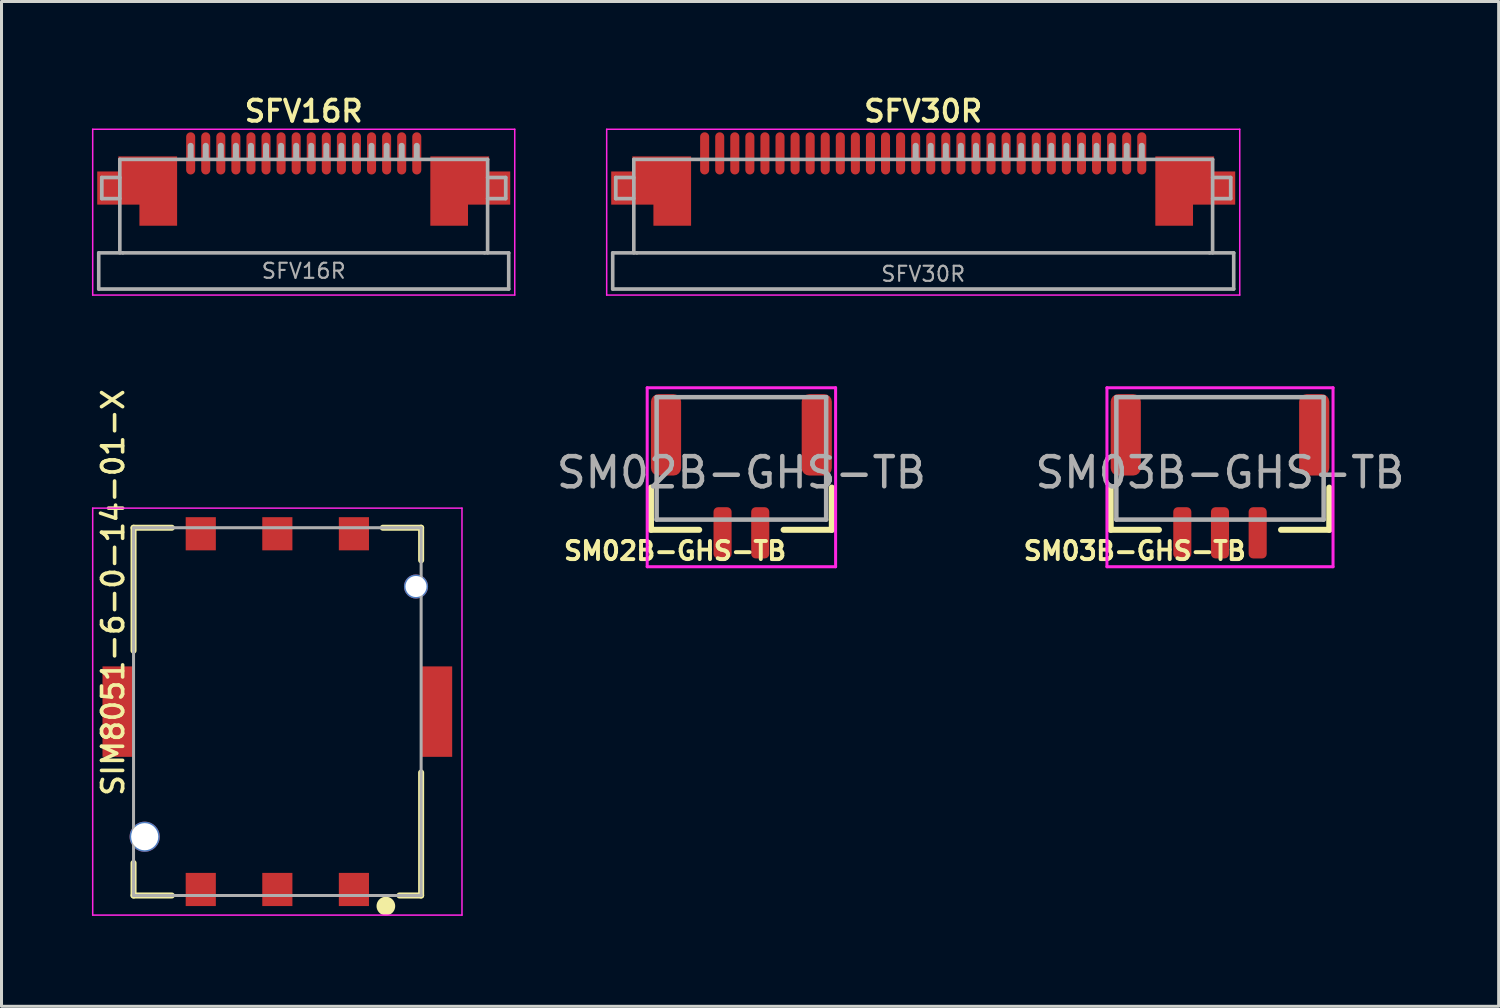
<source format=kicad_pcb>
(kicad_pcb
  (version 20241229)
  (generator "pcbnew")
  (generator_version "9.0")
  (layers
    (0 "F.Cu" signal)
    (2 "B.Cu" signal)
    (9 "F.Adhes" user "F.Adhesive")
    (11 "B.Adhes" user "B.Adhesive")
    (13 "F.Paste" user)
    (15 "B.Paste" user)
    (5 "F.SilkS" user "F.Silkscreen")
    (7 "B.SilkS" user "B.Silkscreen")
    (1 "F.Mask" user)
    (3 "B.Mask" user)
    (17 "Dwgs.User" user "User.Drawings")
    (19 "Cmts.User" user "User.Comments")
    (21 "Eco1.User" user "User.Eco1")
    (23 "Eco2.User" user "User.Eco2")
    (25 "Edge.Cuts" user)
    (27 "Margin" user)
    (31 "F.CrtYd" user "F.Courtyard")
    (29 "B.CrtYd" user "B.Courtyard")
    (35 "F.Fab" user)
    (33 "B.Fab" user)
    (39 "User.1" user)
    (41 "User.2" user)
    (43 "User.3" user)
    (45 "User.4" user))
  (footprint "SM02B-GHS-TB"
    (layer "F.Cu")
    (at 21.544 12.625)
    (property "Reference" "SM02B-GHS-TB" (at -2.2 2.6 0) (layer "F.SilkS") (effects (font (size 0.6 0.6) (thickness 0.13))))
    (property "Value" "${VALUE}" (at 0 -2.812 0) (layer "F.Fab") (hide yes) (effects (font (size 0.5 0.5) (thickness 0.07))))
    (attr through_hole)
    (fp_line (start -3 0.5) (end -3 1.9) (stroke (width 0.2) (type solid)) (layer "F.SilkS"))
    (fp_line (start -3 1.9) (end -1.4 1.9) (stroke (width 0.2) (type solid)) (layer "F.SilkS"))
    (fp_line (start 3 0.5) (end 3 1.9) (stroke (width 0.2) (type solid)) (layer "F.SilkS"))
    (fp_line (start 3 1.9) (end 1.4 1.9) (stroke (width 0.2) (type solid)) (layer "F.SilkS"))
    (fp_line (start -3.125 -2.812) (end -3.125 3.125) (stroke (width 0.1) (type solid)) (layer "F.CrtYd"))
    (fp_line (start -3.125 3.125) (end 3.125 3.125) (stroke (width 0.1) (type solid)) (layer "F.CrtYd"))
    (fp_line (start 3.125 -2.812) (end -3.125 -2.812) (stroke (width 0.1) (type solid)) (layer "F.CrtYd"))
    (fp_line (start 3.125 3.125) (end 3.125 -2.812) (stroke (width 0.1) (type solid)) (layer "F.CrtYd"))
    (fp_line (start -2.812 -2.5) (end -2.812 1.562) (stroke (width 0.15) (type solid)) (layer "F.Fab"))
    (fp_line (start -2.812 1.562) (end 2.812 1.562) (stroke (width 0.15) (type solid)) (layer "F.Fab"))
    (fp_line (start 2.812 -2.5) (end -2.812 -2.5) (stroke (width 0.15) (type solid)) (layer "F.Fab"))
    (fp_line (start 2.812 1.562) (end 2.812 -2.5) (stroke (width 0.15) (type solid)) (layer "F.Fab"))
    (fp_text user "${REFERENCE}" (at 0 0 0) (layer "F.Fab") (effects (font (size 1 1) (thickness 0.15))))
    (pad "0" smd roundrect (at -2.5 -1.25 90) (size 2.7 1) (layers "F.Cu" "F.Mask" "F.Paste") (roundrect_rratio 0.25))
    (pad "0" smd roundrect (at 2.5 -1.25 90) (size 2.7 1) (layers "F.Cu" "F.Mask" "F.Paste") (roundrect_rratio 0.25))
    (pad "1" smd roundrect (at 0.625 2 90) (size 1.7 0.6) (layers "F.Cu" "F.Mask" "F.Paste") (roundrect_rratio 0.25))
    (pad "2" smd roundrect (at -0.625 2 90) (size 1.7 0.6) (layers "F.Cu" "F.Mask" "F.Paste") (roundrect_rratio 0.25)))
  (footprint "SM03B-GHS-TB"
    (layer "F.Cu")
    (at 37.42 12.625)
    (property "Reference" "SM03B-GHS-TB" (at -2.825 2.6 0) (layer "F.SilkS") (effects (font (size 0.6 0.6) (thickness 0.13))))
    (property "Value" "${VALUE}" (at 0 -2.812 0) (layer "F.Fab") (hide yes) (effects (font (size 0.5 0.5) (thickness 0.07))))
    (attr through_hole)
    (fp_line (start -3.625 0.5) (end -3.625 1.9) (stroke (width 0.2) (type solid)) (layer "F.SilkS"))
    (fp_line (start -3.625 1.9) (end -2.025 1.9) (stroke (width 0.2) (type solid)) (layer "F.SilkS"))
    (fp_line (start 3.625 0.5) (end 3.625 1.9) (stroke (width 0.2) (type solid)) (layer "F.SilkS"))
    (fp_line (start 3.625 1.9) (end 2.025 1.9) (stroke (width 0.2) (type solid)) (layer "F.SilkS"))
    (fp_line (start -3.75 -2.812) (end -3.75 3.125) (stroke (width 0.1) (type solid)) (layer "F.CrtYd"))
    (fp_line (start -3.75 3.125) (end 3.75 3.125) (stroke (width 0.1) (type solid)) (layer "F.CrtYd"))
    (fp_line (start 3.75 -2.812) (end -3.75 -2.812) (stroke (width 0.1) (type solid)) (layer "F.CrtYd"))
    (fp_line (start 3.75 3.125) (end 3.75 -2.812) (stroke (width 0.1) (type solid)) (layer "F.CrtYd"))
    (fp_line (start -3.438 -2.5) (end -3.438 1.562) (stroke (width 0.15) (type solid)) (layer "F.Fab"))
    (fp_line (start -3.438 1.562) (end 3.438 1.562) (stroke (width 0.15) (type solid)) (layer "F.Fab"))
    (fp_line (start 3.438 -2.5) (end -3.438 -2.5) (stroke (width 0.15) (type solid)) (layer "F.Fab"))
    (fp_line (start 3.438 1.562) (end 3.438 -2.5) (stroke (width 0.15) (type solid)) (layer "F.Fab"))
    (fp_text user "${REFERENCE}" (at 0 0 0) (layer "F.Fab") (effects (font (size 1 1) (thickness 0.15))))
    (pad "0" smd roundrect (at -3.125 -1.25 90) (size 2.7 1) (layers "F.Cu" "F.Mask" "F.Paste") (roundrect_rratio 0.25))
    (pad "0" smd roundrect (at 3.125 -1.25 90) (size 2.7 1) (layers "F.Cu" "F.Mask" "F.Paste") (roundrect_rratio 0.25))
    (pad "1" smd roundrect (at -1.25 2 90) (size 1.7 0.6) (layers "F.Cu" "F.Mask" "F.Paste") (roundrect_rratio 0.25))
    (pad "2" smd roundrect (at 0 2 90) (size 1.7 0.6) (layers "F.Cu" "F.Mask" "F.Paste") (roundrect_rratio 0.25))
    (pad "3" smd roundrect (at 1.25 2 90) (size 1.7 0.6) (layers "F.Cu" "F.Mask" "F.Paste") (roundrect_rratio 0.25)))
  (footprint "SFV16R"
    (layer "F.Cu")
    (at 7.025 4.538)
    (property "Reference" "SFV16R" (at 0 -3.9 0) (layer "F.SilkS") (effects (font (size 0.7 0.7) (thickness 0.13))))
    (attr through_hole)
    (fp_line (start -7 -3.3) (end -7 2.2) (stroke (width 0.05) (type solid)) (layer "F.CrtYd"))
    (fp_line (start -7 2.2) (end 7 2.2) (stroke (width 0.05) (type solid)) (layer "F.CrtYd"))
    (fp_line (start 7 -3.3) (end -7 -3.3) (stroke (width 0.05) (type solid)) (layer "F.CrtYd"))
    (fp_line (start 7 2.2) (end 7 -3.3) (stroke (width 0.05) (type solid)) (layer "F.CrtYd"))
    (fp_line (start -6.8 2) (end -6.8 0.8) (stroke (width 0.12) (type solid)) (layer "F.Fab"))
    (fp_line (start -6.7 -1.7) (end -6.1 -1.7) (stroke (width 0.12) (type solid)) (layer "F.Fab"))
    (fp_line (start -6.7 -1) (end -6.7 -1.7) (stroke (width 0.12) (type solid)) (layer "F.Fab"))
    (fp_line (start -6.7 -1) (end -6.1 -1) (stroke (width 0.12) (type solid)) (layer "F.Fab"))
    (fp_line (start -6.1 -2.3) (end -6.1 0.8) (stroke (width 0.12) (type solid)) (layer "F.Fab"))
    (fp_line (start -6 0.8) (end -6.8 0.8) (stroke (width 0.12) (type solid)) (layer "F.Fab"))
    (fp_line (start -3.75 -2.35) (end -3.75 -2.75) (stroke (width 0.2) (type solid)) (layer "F.Fab"))
    (fp_line (start -3.25 -2.35) (end -3.25 -2.75) (stroke (width 0.2) (type solid)) (layer "F.Fab"))
    (fp_line (start -2.75 -2.35) (end -2.75 -2.75) (stroke (width 0.2) (type solid)) (layer "F.Fab"))
    (fp_line (start -2.25 -2.35) (end -2.25 -2.75) (stroke (width 0.2) (type solid)) (layer "F.Fab"))
    (fp_line (start -1.75 -2.35) (end -1.75 -2.75) (stroke (width 0.2) (type solid)) (layer "F.Fab"))
    (fp_line (start -1.25 -2.35) (end -1.25 -2.75) (stroke (width 0.2) (type solid)) (layer "F.Fab"))
    (fp_line (start -0.75 -2.35) (end -0.75 -2.75) (stroke (width 0.2) (type solid)) (layer "F.Fab"))
    (fp_line (start -0.25 -2.35) (end -0.25 -2.75) (stroke (width 0.2) (type solid)) (layer "F.Fab"))
    (fp_line (start 0.25 -2.35) (end 0.25 -2.75) (stroke (width 0.2) (type solid)) (layer "F.Fab"))
    (fp_line (start 0.75 -2.35) (end 0.75 -2.75) (stroke (width 0.2) (type solid)) (layer "F.Fab"))
    (fp_line (start 1.25 -2.35) (end 1.25 -2.75) (stroke (width 0.2) (type solid)) (layer "F.Fab"))
    (fp_line (start 1.75 -2.35) (end 1.75 -2.75) (stroke (width 0.2) (type solid)) (layer "F.Fab"))
    (fp_line (start 2.25 -2.35) (end 2.25 -2.75) (stroke (width 0.2) (type solid)) (layer "F.Fab"))
    (fp_line (start 2.75 -2.35) (end 2.75 -2.75) (stroke (width 0.2) (type solid)) (layer "F.Fab"))
    (fp_line (start 3.25 -2.35) (end 3.25 -2.75) (stroke (width 0.2) (type solid)) (layer "F.Fab"))
    (fp_line (start 3.75 -2.35) (end 3.75 -2.75) (stroke (width 0.2) (type solid)) (layer "F.Fab"))
    (fp_line (start 6 0.8) (end -6 0.8) (stroke (width 0.12) (type solid)) (layer "F.Fab"))
    (fp_line (start 6.1 -2.3) (end -6.1 -2.3) (stroke (width 0.12) (type solid)) (layer "F.Fab"))
    (fp_line (start 6.1 -1.7) (end 6.7 -1.7) (stroke (width 0.12) (type solid)) (layer "F.Fab"))
    (fp_line (start 6.1 -1) (end 6.7 -1) (stroke (width 0.12) (type solid)) (layer "F.Fab"))
    (fp_line (start 6.1 0.8) (end 6.1 -2.3) (stroke (width 0.12) (type solid)) (layer "F.Fab"))
    (fp_line (start 6.7 -1) (end 6.7 -1.7) (stroke (width 0.12) (type solid)) (layer "F.Fab"))
    (fp_line (start 6.8 0.8) (end 6 0.8) (stroke (width 0.12) (type solid)) (layer "F.Fab"))
    (fp_line (start 6.8 2) (end -6.8 2) (stroke (width 0.12) (type solid)) (layer "F.Fab"))
    (fp_line (start 6.8 2) (end 6.8 0.8) (stroke (width 0.12) (type solid)) (layer "F.Fab"))
    (fp_poly (pts (xy -6.7 -1.7) (xy -6.1 -1.7) (xy -6.1 -1) (xy -6.7 -1)) (stroke (width 0.1) (type solid)) (fill no) (layer "F.Fab"))
    (fp_poly (pts (xy 6.1 -1.7) (xy 6.7 -1.7) (xy 6.7 -1) (xy 6.1 -1)) (stroke (width 0.1) (type solid)) (fill no) (layer "F.Fab"))
    (fp_text user "${REFERENCE}" (at 0 1.4 0) (layer "F.Fab") (effects (font (size 0.5 0.5) (thickness 0.07))))
    (pad "1" smd oval (at 3.75 -2.5 180) (size 0.3 1.4) (layers "F.Cu" "F.Mask" "F.Paste"))
    (pad "2" smd oval (at 3.25 -2.5 180) (size 0.3 1.4) (layers "F.Cu" "F.Mask" "F.Paste"))
    (pad "3" smd oval (at 2.75 -2.5 180) (size 0.3 1.4) (layers "F.Cu" "F.Mask" "F.Paste"))
    (pad "4" smd oval (at 2.25 -2.5 180) (size 0.3 1.4) (layers "F.Cu" "F.Mask" "F.Paste"))
    (pad "5" smd oval (at 1.75 -2.5 180) (size 0.3 1.4) (layers "F.Cu" "F.Mask" "F.Paste"))
    (pad "6" smd oval (at 1.25 -2.5 180) (size 0.3 1.4) (layers "F.Cu" "F.Mask" "F.Paste"))
    (pad "7" smd oval (at 0.75 -2.5 180) (size 0.3 1.4) (layers "F.Cu" "F.Mask" "F.Paste"))
    (pad "8" smd oval (at 0.25 -2.5 180) (size 0.3 1.4) (layers "F.Cu" "F.Mask" "F.Paste"))
    (pad "9" smd oval (at -0.25 -2.5 180) (size 0.3 1.4) (layers "F.Cu" "F.Mask" "F.Paste"))
    (pad "10" smd oval (at -0.75 -2.5 180) (size 0.3 1.4) (layers "F.Cu" "F.Mask" "F.Paste"))
    (pad "11" smd oval (at -1.25 -2.5 180) (size 0.3 1.4) (layers "F.Cu" "F.Mask" "F.Paste"))
    (pad "12" smd oval (at -1.75 -2.5 180) (size 0.3 1.4) (layers "F.Cu" "F.Mask" "F.Paste"))
    (pad "13" smd oval (at -2.25 -2.5 180) (size 0.3 1.4) (layers "F.Cu" "F.Mask" "F.Paste"))
    (pad "14" smd oval (at -2.75 -2.5 180) (size 0.3 1.4) (layers "F.Cu" "F.Mask" "F.Paste"))
    (pad "15" smd oval (at -3.25 -2.5 180) (size 0.3 1.4) (layers "F.Cu" "F.Mask" "F.Paste"))
    (pad "16" smd oval (at -3.75 -2.5 180) (size 0.3 1.4) (layers "F.Cu" "F.Mask" "F.Paste"))
    (pad "17" smd custom (at -5.85 -1.4) (size 0.5 0.5) (layers "F.Cu" "F.Mask" "F.Paste") (options (anchor rect)) (primitives (gr_poly (pts (xy -1 -0.5) (xy -0.3 -0.5) (xy -0.3 -1) (xy 1.65 -1) (xy 1.65 1.3) (xy 0.4 1.3) (xy 0.4 0.6) (xy -1 0.6)) (width 0) (fill yes))))
    (pad "18" smd custom (at 5.85 -1.4) (size 0.5 0.5) (layers "F.Cu" "F.Mask" "F.Paste") (options (anchor rect)) (primitives (gr_poly (pts (xy 1 -0.5) (xy 0.3 -0.5) (xy 0.3 -1) (xy -1.65 -1) (xy -1.65 1.3) (xy -0.4 1.3) (xy -0.4 0.6) (xy 1 0.6)) (width 0) (fill yes)))))
  (footprint "SIM8051-6-0-14-01-X"
    (layer "F.Cu")
    (at 6.15 20.556)
    (property "Reference" "SIM8051-6-0-14-01-X" (at -5.45 -3.95 90) (layer "F.SilkS") (effects (font (size 0.7 0.7) (thickness 0.12))))
    (attr smd)
    (fp_line (start -4.77 -6.1) (end -3.5 -6.1) (stroke (width 0.2) (type solid)) (layer "F.SilkS"))
    (fp_line (start -4.77 -2.02) (end -4.77 -6.1) (stroke (width 0.2) (type solid)) (layer "F.SilkS"))
    (fp_line (start -4.77 6.1) (end -4.77 5.02) (stroke (width 0.2) (type solid)) (layer "F.SilkS"))
    (fp_line (start -4.77 6.1) (end -3.5 6.1) (stroke (width 0.2) (type solid)) (layer "F.SilkS"))
    (fp_line (start 3.5 -6.1) (end 4.77 -6.1) (stroke (width 0.2) (type solid)) (layer "F.SilkS"))
    (fp_line (start 4.05 6.1) (end 4.77 6.1) (stroke (width 0.2) (type solid)) (layer "F.SilkS"))
    (fp_line (start 4.77 -5.02) (end 4.77 -6.1) (stroke (width 0.2) (type solid)) (layer "F.SilkS"))
    (fp_line (start 4.77 6.1) (end 4.77 2.02) (stroke (width 0.2) (type solid)) (layer "F.SilkS"))
    (fp_circle (center 3.6 6.45) (end 3.85 6.45) (stroke (width 0.12) (type solid)) (fill yes) (layer "F.SilkS"))
    (fp_line (start -6.125 -6.75) (end 6.125 -6.75) (stroke (width 0.05) (type solid)) (layer "F.CrtYd"))
    (fp_line (start -6.125 6.75) (end -6.125 -6.75) (stroke (width 0.05) (type solid)) (layer "F.CrtYd"))
    (fp_line (start -6.125 6.75) (end 6.125 6.75) (stroke (width 0.05) (type solid)) (layer "F.CrtYd"))
    (fp_line (start 6.125 6.75) (end 6.125 -6.75) (stroke (width 0.05) (type solid)) (layer "F.CrtYd"))
    (fp_line (start -4.77 -6.1) (end 4.77 -6.1) (stroke (width 0.1) (type solid)) (layer "F.Fab"))
    (fp_line (start -4.77 6.1) (end -4.77 -6.1) (stroke (width 0.1) (type solid)) (layer "F.Fab"))
    (fp_line (start -4.77 6.1) (end 4.77 6.1) (stroke (width 0.1) (type solid)) (layer "F.Fab"))
    (fp_line (start 4.77 6.1) (end 4.77 -6.1) (stroke (width 0.1) (type solid)) (layer "F.Fab"))
    (pad "" np_thru_hole circle (at -4.4 4.15) (size 1 1) (drill 0.9) (layers "*.Cu" "*.Mask"))
    (pad "" np_thru_hole circle (at 4.6 -4.15) (size 0.8 0.8) (drill 0.7) (layers "*.Cu" "*.Mask"))
    (pad "1" smd rect (at 2.54 5.9) (size 1 1.1) (layers "F.Cu" "F.Mask" "F.Paste"))
    (pad "2" smd rect (at 0 5.9) (size 1 1.1) (layers "F.Cu" "F.Mask" "F.Paste"))
    (pad "3" smd rect (at -2.54 5.9) (size 1 1.1) (layers "F.Cu" "F.Mask" "F.Paste"))
    (pad "5" smd rect (at 2.54 -5.9) (size 1 1.1) (layers "F.Cu" "F.Mask" "F.Paste"))
    (pad "6" smd rect (at 0 -5.9) (size 1 1.1) (layers "F.Cu" "F.Mask" "F.Paste"))
    (pad "7" smd rect (at -2.54 -5.9) (size 1 1.1) (layers "F.Cu" "F.Mask" "F.Paste"))
    (pad "SH" smd rect (at -5.3 0) (size 1 3) (layers "F.Cu" "F.Mask" "F.Paste"))
    (pad "SH" smd rect (at 5.3 0) (size 1 3) (layers "F.Cu" "F.Mask" "F.Paste")))
  (footprint "SFV30R"
    (layer "F.Cu")
    (at 27.575 4.538)
    (property "Reference" "SFV30R" (at 0 -3.9 0) (layer "F.SilkS") (effects (font (size 0.7 0.7) (thickness 0.13))))
    (attr through_hole)
    (fp_line (start -10.5 -3.3) (end -10.5 2.2) (stroke (width 0.05) (type solid)) (layer "F.CrtYd"))
    (fp_line (start -10.5 2.2) (end 10.5 2.2) (stroke (width 0.05) (type solid)) (layer "F.CrtYd"))
    (fp_line (start 10.5 -3.3) (end -10.5 -3.3) (stroke (width 0.05) (type solid)) (layer "F.CrtYd"))
    (fp_line (start 10.5 2.2) (end 10.5 -3.3) (stroke (width 0.05) (type solid)) (layer "F.CrtYd"))
    (fp_line (start -10.3 2) (end -10.3 0.8) (stroke (width 0.12) (type solid)) (layer "F.Fab"))
    (fp_line (start -10.2 -1.7) (end -9.6 -1.7) (stroke (width 0.12) (type solid)) (layer "F.Fab"))
    (fp_line (start -10.2 -1) (end -10.2 -1.7) (stroke (width 0.12) (type solid)) (layer "F.Fab"))
    (fp_line (start -10.2 -1) (end -9.6 -1) (stroke (width 0.12) (type solid)) (layer "F.Fab"))
    (fp_line (start -9.6 -2.3) (end -9.6 0.8) (stroke (width 0.12) (type solid)) (layer "F.Fab"))
    (fp_line (start -9.5 0.8) (end -10.3 0.8) (stroke (width 0.12) (type solid)) (layer "F.Fab"))
    (fp_line (start -0.25 -2.35) (end -0.25 -2.75) (stroke (width 0.2) (type solid)) (layer "F.Fab"))
    (fp_line (start 0.25 -2.35) (end 0.25 -2.75) (stroke (width 0.2) (type solid)) (layer "F.Fab"))
    (fp_line (start 0.75 -2.35) (end 0.75 -2.75) (stroke (width 0.2) (type solid)) (layer "F.Fab"))
    (fp_line (start 1.25 -2.35) (end 1.25 -2.75) (stroke (width 0.2) (type solid)) (layer "F.Fab"))
    (fp_line (start 1.75 -2.35) (end 1.75 -2.75) (stroke (width 0.2) (type solid)) (layer "F.Fab"))
    (fp_line (start 2.25 -2.35) (end 2.25 -2.75) (stroke (width 0.2) (type solid)) (layer "F.Fab"))
    (fp_line (start 2.75 -2.35) (end 2.75 -2.75) (stroke (width 0.2) (type solid)) (layer "F.Fab"))
    (fp_line (start 3.25 -2.35) (end 3.25 -2.75) (stroke (width 0.2) (type solid)) (layer "F.Fab"))
    (fp_line (start 3.75 -2.35) (end 3.75 -2.75) (stroke (width 0.2) (type solid)) (layer "F.Fab"))
    (fp_line (start 4.25 -2.35) (end 4.25 -2.75) (stroke (width 0.2) (type solid)) (layer "F.Fab"))
    (fp_line (start 4.75 -2.35) (end 4.75 -2.75) (stroke (width 0.2) (type solid)) (layer "F.Fab"))
    (fp_line (start 5.25 -2.35) (end 5.25 -2.75) (stroke (width 0.2) (type solid)) (layer "F.Fab"))
    (fp_line (start 5.75 -2.35) (end 5.75 -2.75) (stroke (width 0.2) (type solid)) (layer "F.Fab"))
    (fp_line (start 6.25 -2.35) (end 6.25 -2.75) (stroke (width 0.2) (type solid)) (layer "F.Fab"))
    (fp_line (start 6.75 -2.35) (end 6.75 -2.75) (stroke (width 0.2) (type solid)) (layer "F.Fab"))
    (fp_line (start 7.25 -2.35) (end 7.25 -2.75) (stroke (width 0.2) (type solid)) (layer "F.Fab"))
    (fp_line (start 9.5 0.8) (end -9.5 0.8) (stroke (width 0.12) (type solid)) (layer "F.Fab"))
    (fp_line (start 9.6 -2.3) (end -9.6 -2.3) (stroke (width 0.12) (type solid)) (layer "F.Fab"))
    (fp_line (start 9.6 -1.7) (end 10.2 -1.7) (stroke (width 0.12) (type solid)) (layer "F.Fab"))
    (fp_line (start 9.6 -1) (end 10.2 -1) (stroke (width 0.12) (type solid)) (layer "F.Fab"))
    (fp_line (start 9.6 0.8) (end 9.6 -2.3) (stroke (width 0.12) (type solid)) (layer "F.Fab"))
    (fp_line (start 10.2 -1) (end 10.2 -1.7) (stroke (width 0.12) (type solid)) (layer "F.Fab"))
    (fp_line (start 10.3 0.8) (end 9.5 0.8) (stroke (width 0.12) (type solid)) (layer "F.Fab"))
    (fp_line (start 10.3 2) (end -10.3 2) (stroke (width 0.12) (type solid)) (layer "F.Fab"))
    (fp_line (start 10.3 2) (end 10.3 0.8) (stroke (width 0.12) (type solid)) (layer "F.Fab"))
    (fp_poly (pts (xy -10.2 -1.7) (xy -9.6 -1.7) (xy -9.6 -1) (xy -10.2 -1)) (stroke (width 0.1) (type solid)) (fill no) (layer "F.Fab"))
    (fp_poly (pts (xy 9.6 -1.7) (xy 10.2 -1.7) (xy 10.2 -1) (xy 9.6 -1)) (stroke (width 0.1) (type solid)) (fill no) (layer "F.Fab"))
    (fp_text user "${REFERENCE}" (at 0 1.5 0) (layer "F.Fab") (effects (font (size 0.5 0.5) (thickness 0.07))))
    (pad "0" smd custom (at -9.35 -1.4) (size 0.5 0.5) (layers "F.Cu" "F.Mask" "F.Paste") (options (anchor rect)) (primitives (gr_poly (pts (xy -1 -0.5) (xy -0.3 -0.5) (xy -0.3 -1) (xy 1.65 -1) (xy 1.65 1.3) (xy 0.4 1.3) (xy 0.4 0.6) (xy -1 0.6)) (width 0) (fill yes))))
    (pad "0" smd custom (at 9.35 -1.4) (size 0.5 0.5) (layers "F.Cu" "F.Mask" "F.Paste") (options (anchor rect)) (primitives (gr_poly (pts (xy 1 -0.5) (xy 0.3 -0.5) (xy 0.3 -1) (xy -1.65 -1) (xy -1.65 1.3) (xy -0.4 1.3) (xy -0.4 0.6) (xy 1 0.6)) (width 0) (fill yes))))
    (pad "1" smd oval (at 7.25 -2.5 180) (size 0.3 1.4) (layers "F.Cu" "F.Mask" "F.Paste"))
    (pad "2" smd oval (at 6.75 -2.5 180) (size 0.3 1.4) (layers "F.Cu" "F.Mask" "F.Paste"))
    (pad "3" smd oval (at 6.25 -2.5 180) (size 0.3 1.4) (layers "F.Cu" "F.Mask" "F.Paste"))
    (pad "4" smd oval (at 5.75 -2.5 180) (size 0.3 1.4) (layers "F.Cu" "F.Mask" "F.Paste"))
    (pad "5" smd oval (at 5.25 -2.5 180) (size 0.3 1.4) (layers "F.Cu" "F.Mask" "F.Paste"))
    (pad "6" smd oval (at 4.75 -2.5 180) (size 0.3 1.4) (layers "F.Cu" "F.Mask" "F.Paste"))
    (pad "7" smd oval (at 4.25 -2.5 180) (size 0.3 1.4) (layers "F.Cu" "F.Mask" "F.Paste"))
    (pad "8" smd oval (at 3.75 -2.5 180) (size 0.3 1.4) (layers "F.Cu" "F.Mask" "F.Paste"))
    (pad "9" smd oval (at 3.25 -2.5 180) (size 0.3 1.4) (layers "F.Cu" "F.Mask" "F.Paste"))
    (pad "10" smd oval (at 2.75 -2.5 180) (size 0.3 1.4) (layers "F.Cu" "F.Mask" "F.Paste"))
    (pad "11" smd oval (at 2.25 -2.5 180) (size 0.3 1.4) (layers "F.Cu" "F.Mask" "F.Paste"))
    (pad "12" smd oval (at 1.75 -2.5 180) (size 0.3 1.4) (layers "F.Cu" "F.Mask" "F.Paste"))
    (pad "13" smd oval (at 1.25 -2.5 180) (size 0.3 1.4) (layers "F.Cu" "F.Mask" "F.Paste"))
    (pad "14" smd oval (at 0.75 -2.5 180) (size 0.3 1.4) (layers "F.Cu" "F.Mask" "F.Paste"))
    (pad "15" smd oval (at 0.25 -2.5 180) (size 0.3 1.4) (layers "F.Cu" "F.Mask" "F.Paste"))
    (pad "16" smd oval (at -0.25 -2.5 180) (size 0.3 1.4) (layers "F.Cu" "F.Mask" "F.Paste"))
    (pad "17" smd oval (at -0.75 -2.5 180) (size 0.3 1.4) (layers "F.Cu" "F.Mask" "F.Paste"))
    (pad "18" smd oval (at -1.25 -2.5 180) (size 0.3 1.4) (layers "F.Cu" "F.Mask" "F.Paste"))
    (pad "19" smd oval (at -1.75 -2.5 180) (size 0.3 1.4) (layers "F.Cu" "F.Mask" "F.Paste"))
    (pad "20" smd oval (at -2.25 -2.5 180) (size 0.3 1.4) (layers "F.Cu" "F.Mask" "F.Paste"))
    (pad "21" smd oval (at -2.75 -2.5 180) (size 0.3 1.4) (layers "F.Cu" "F.Mask" "F.Paste"))
    (pad "22" smd oval (at -3.25 -2.5 180) (size 0.3 1.4) (layers "F.Cu" "F.Mask" "F.Paste"))
    (pad "23" smd oval (at -3.75 -2.5 180) (size 0.3 1.4) (layers "F.Cu" "F.Mask" "F.Paste"))
    (pad "24" smd oval (at -4.25 -2.5 180) (size 0.3 1.4) (layers "F.Cu" "F.Mask" "F.Paste"))
    (pad "25" smd oval (at -4.75 -2.5 180) (size 0.3 1.4) (layers "F.Cu" "F.Mask" "F.Paste"))
    (pad "26" smd oval (at -5.25 -2.5 180) (size 0.3 1.4) (layers "F.Cu" "F.Mask" "F.Paste"))
    (pad "27" smd oval (at -5.75 -2.5 180) (size 0.3 1.4) (layers "F.Cu" "F.Mask" "F.Paste"))
    (pad "28" smd oval (at -6.25 -2.5 180) (size 0.3 1.4) (layers "F.Cu" "F.Mask" "F.Paste"))
    (pad "29" smd oval (at -6.75 -2.5 180) (size 0.3 1.4) (layers "F.Cu" "F.Mask" "F.Paste"))
    (pad "30" smd oval (at -7.25 -2.5 180) (size 0.3 1.4) (layers "F.Cu" "F.Mask" "F.Paste")))
  (gr_rect
    (start -3 -3)
    (end 46.664 30.331)
    (stroke (width 0.1) (type default))
    (fill no)
    (layer "Edge.Cuts")))
</source>
